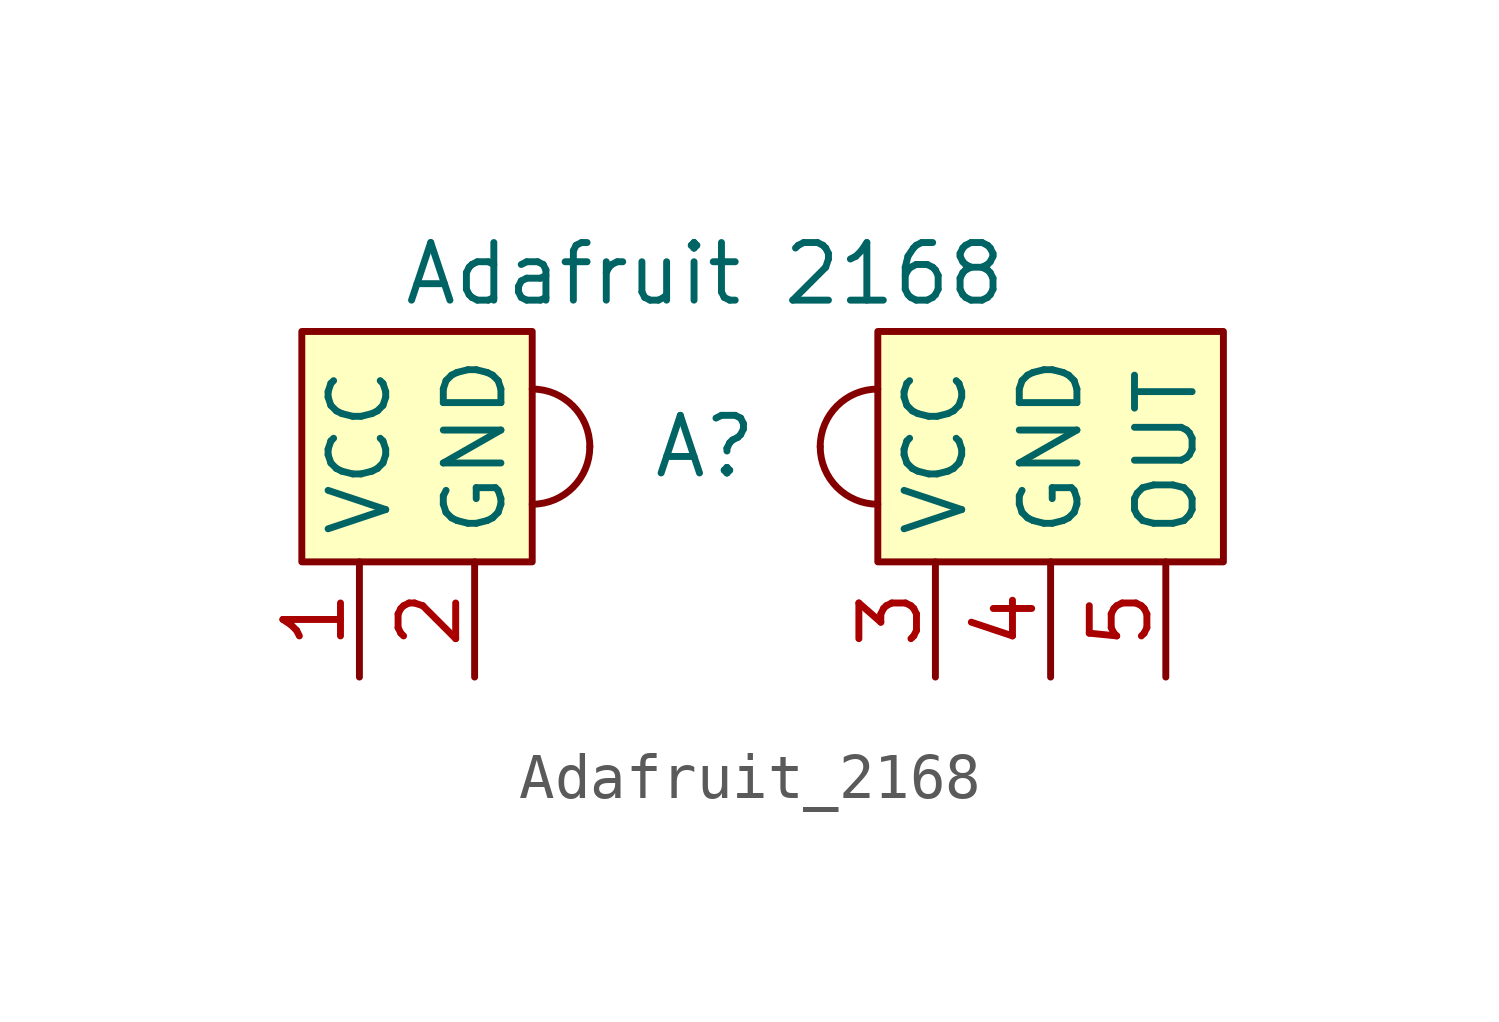
<source format=kicad_sym>
(kicad_symbol_lib
  (version 20220914)
  (generator kicad_symbol_editor)
  (symbol "Adafruit_2168"
    (property "Reference" "A"
      (at 0 0 0)
      (effects (font (size 1.27 1.27))))
    (property "Value" "Adafruit 2168"
      (at 0 3.81 0)
      (effects (font (size 1.27 1.27))))
    (symbol "Adafruit_2168_1_1"
      (rectangle (start -8.89 2.54) (end -3.81 -2.54) (stroke (width 0) (type default)) (fill (type background)))
      (arc (start -3.81 -1.27) (mid -2.912 -0.898) (end -2.54 0) (stroke (width 0) (type default)) (fill (type none)))
      (arc (start -2.54 0) (mid -2.912 0.898) (end -3.81 1.27) (stroke (width 0) (type default)) (fill (type none)))
      (arc (start 2.54 0) (mid 2.912 -0.898) (end 3.81 -1.27) (stroke (width 0) (type default)) (fill (type none)))
      (arc (start 3.81 1.27) (mid 2.912 0.898) (end 2.54 0) (stroke (width 0) (type default)) (fill (type none)))
      (rectangle (start 3.81 2.54) (end 11.43 -2.54) (stroke (width 0) (type default)) (fill (type background)))
      (pin passive line (at -7.62 -5.08 90) (length 2.54) (name "VCC" (effects (font (size 1.27 1.27)))) (number "1" (effects (font (size 1.27 1.27)))) (alternate "RED" passive line))
      (pin passive line (at -5.08 -5.08 90) (length 2.54) (name "GND" (effects (font (size 1.27 1.27)))) (number "2" (effects (font (size 1.27 1.27)))) (alternate "BLK" passive line))
      (pin passive line (at 5.08 -5.08 90) (length 2.54) (name "VCC" (effects (font (size 1.27 1.27)))) (number "3" (effects (font (size 1.27 1.27)))) (alternate "RED" passive line))
      (pin passive line (at 7.62 -5.08 90) (length 2.54) (name "GND" (effects (font (size 1.27 1.27)))) (number "4" (effects (font (size 1.27 1.27)))) (alternate "BLK" passive line))
      (pin passive line (at 10.16 -5.08 90) (length 2.54) (name "OUT" (effects (font (size 1.27 1.27)))) (number "5" (effects (font (size 1.27 1.27)))) (alternate "YLW" passive line)))))
</source>
